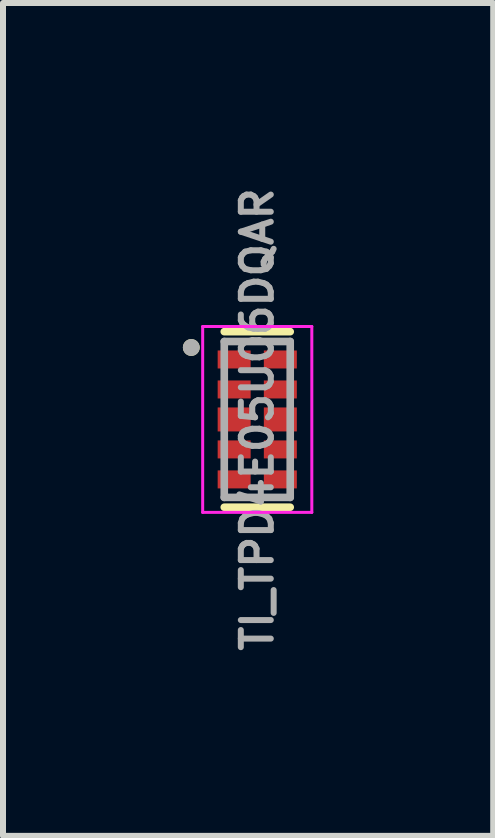
<source format=kicad_pcb>
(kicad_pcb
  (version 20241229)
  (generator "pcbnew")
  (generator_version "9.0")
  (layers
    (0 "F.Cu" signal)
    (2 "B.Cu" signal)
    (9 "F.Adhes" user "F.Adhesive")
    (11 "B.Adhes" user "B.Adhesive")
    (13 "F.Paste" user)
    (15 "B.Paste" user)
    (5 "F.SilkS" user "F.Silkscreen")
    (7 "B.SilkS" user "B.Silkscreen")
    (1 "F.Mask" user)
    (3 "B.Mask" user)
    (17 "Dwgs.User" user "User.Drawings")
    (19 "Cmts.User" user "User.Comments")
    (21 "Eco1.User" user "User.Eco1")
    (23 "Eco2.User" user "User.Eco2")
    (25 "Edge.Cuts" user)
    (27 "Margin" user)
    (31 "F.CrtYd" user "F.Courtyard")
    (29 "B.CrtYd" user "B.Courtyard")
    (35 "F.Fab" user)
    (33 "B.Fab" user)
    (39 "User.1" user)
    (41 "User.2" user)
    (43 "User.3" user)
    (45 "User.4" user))
  (footprint "TI_TPD4E05U06DQAR"
    (layer "F.Cu")
    (at 1.24 3.945)
    (property "Reference" "TI_TPD4E05U06DQAR" (at 0 0 90) (layer "F.Fab") (effects (font (size 0.5 0.5) (thickness 0.1))))
    (attr through_hole)
    (fp_line (start -0.55 -1.464) (end 0.55 -1.464) (stroke (width 0.127) (type solid)) (layer "F.SilkS"))
    (fp_line (start 0.55 1.464) (end -0.55 1.464) (stroke (width 0.127) (type solid)) (layer "F.SilkS"))
    (fp_circle (center -1.1 -1.2) (end -1.03 -1.2) (stroke (width 0.14) (type solid)) (fill no) (layer "F.SilkS"))
    (fp_line (start -0.91 -1.55) (end 0.91 -1.55) (stroke (width 0.05) (type solid)) (layer "F.CrtYd"))
    (fp_line (start -0.91 1.55) (end -0.91 -1.55) (stroke (width 0.05) (type solid)) (layer "F.CrtYd"))
    (fp_line (start 0.91 -1.55) (end 0.91 1.55) (stroke (width 0.05) (type solid)) (layer "F.CrtYd"))
    (fp_line (start 0.91 1.55) (end -0.91 1.55) (stroke (width 0.05) (type solid)) (layer "F.CrtYd"))
    (fp_line (start -0.55 -1.3) (end 0.55 -1.3) (stroke (width 0.127) (type solid)) (layer "F.Fab"))
    (fp_line (start -0.55 1.3) (end -0.55 -1.3) (stroke (width 0.127) (type solid)) (layer "F.Fab"))
    (fp_line (start 0.55 -1.3) (end 0.55 1.3) (stroke (width 0.127) (type solid)) (layer "F.Fab"))
    (fp_line (start 0.55 1.3) (end -0.55 1.3) (stroke (width 0.127) (type solid)) (layer "F.Fab"))
    (fp_circle (center -1.1 -1.2) (end -1.03 -1.2) (stroke (width 0.14) (type solid)) (fill no) (layer "F.Fab"))
    (pad "1" smd rect (at -0.385 -1) (size 0.55 0.3) (layers "F.Cu" "F.Mask" "F.Paste"))
    (pad "2" smd rect (at -0.385 -0.5) (size 0.55 0.3) (layers "F.Cu" "F.Mask" "F.Paste"))
    (pad "3" smd rect (at -0.385 0) (size 0.55 0.4) (layers "F.Cu" "F.Mask" "F.Paste"))
    (pad "4" smd rect (at -0.385 0.5) (size 0.55 0.3) (layers "F.Cu" "F.Mask" "F.Paste"))
    (pad "5" smd rect (at -0.385 1) (size 0.55 0.3) (layers "F.Cu" "F.Mask" "F.Paste"))
    (pad "6" smd rect (at 0.385 1) (size 0.55 0.3) (layers "F.Cu" "F.Mask" "F.Paste"))
    (pad "7" smd rect (at 0.385 0.5) (size 0.55 0.3) (layers "F.Cu" "F.Mask" "F.Paste"))
    (pad "8" smd rect (at 0.385 0) (size 0.55 0.4) (layers "F.Cu" "F.Mask" "F.Paste"))
    (pad "9" smd rect (at 0.385 -0.5) (size 0.55 0.3) (layers "F.Cu" "F.Mask" "F.Paste"))
    (pad "10" smd rect (at 0.385 -1) (size 0.55 0.3) (layers "F.Cu" "F.Mask" "F.Paste")))
  (gr_rect
    (start -3 -3)
    (end 5.175 10.89)
    (stroke (width 0.1) (type default))
    (fill no)
    (layer "Edge.Cuts")))
</source>
